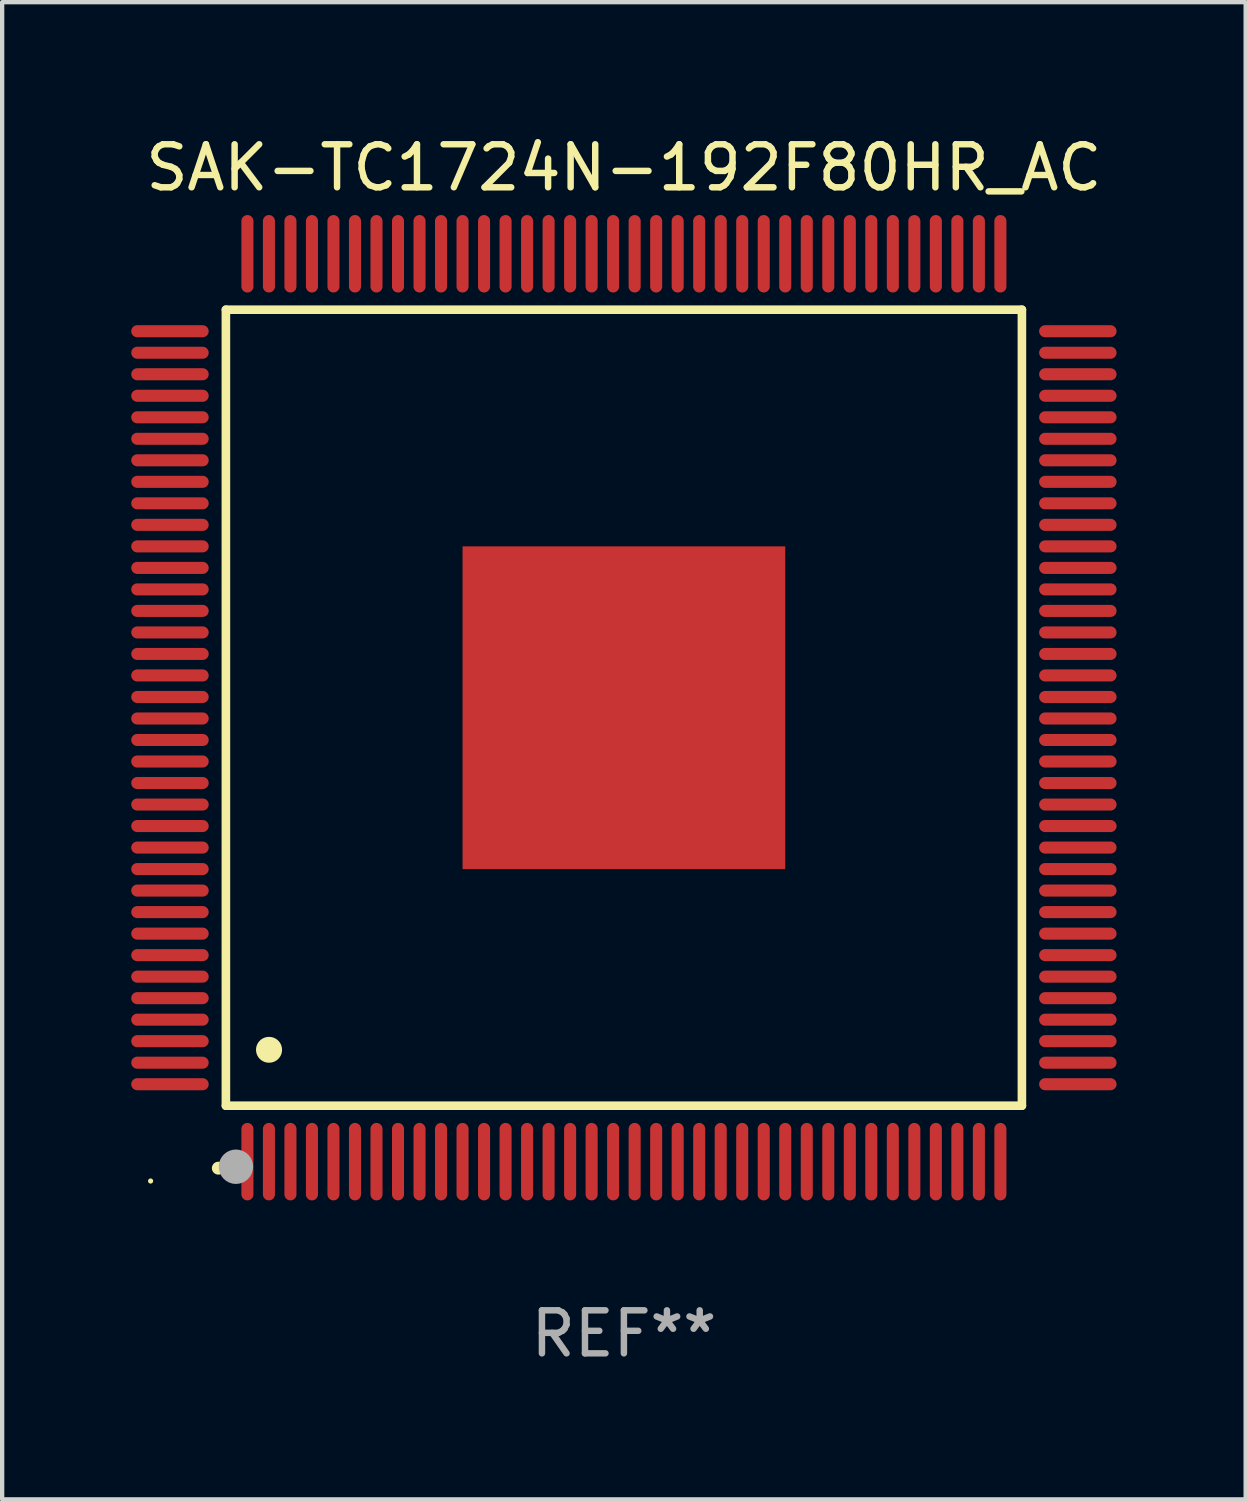
<source format=kicad_pcb>
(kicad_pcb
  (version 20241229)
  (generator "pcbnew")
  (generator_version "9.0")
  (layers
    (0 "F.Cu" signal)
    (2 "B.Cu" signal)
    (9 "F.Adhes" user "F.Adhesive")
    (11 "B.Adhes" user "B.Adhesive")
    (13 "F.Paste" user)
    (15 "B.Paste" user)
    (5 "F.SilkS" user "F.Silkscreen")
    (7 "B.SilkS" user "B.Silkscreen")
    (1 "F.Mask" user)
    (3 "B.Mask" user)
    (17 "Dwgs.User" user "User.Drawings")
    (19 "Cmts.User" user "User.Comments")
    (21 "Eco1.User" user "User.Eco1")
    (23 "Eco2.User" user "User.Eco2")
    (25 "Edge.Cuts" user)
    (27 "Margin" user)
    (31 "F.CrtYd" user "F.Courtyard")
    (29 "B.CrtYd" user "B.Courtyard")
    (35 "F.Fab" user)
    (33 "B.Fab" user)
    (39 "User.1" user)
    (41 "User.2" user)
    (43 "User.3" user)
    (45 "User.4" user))
  (footprint "SAK-TC1724N-192F80HR_AC"
    (layer "F.Cu")
    (at 11.45 13.398)
    (property "Reference" "SAK-TC1724N-192F80HR_AC" (at 0 -12.55 0) (layer "F.SilkS") (effects (font (size 1 1) (thickness 0.15))))
    (attr through_hole)
    (fp_line (start -9.25 -9.25) (end 9.25 -9.25) (stroke (width 0.2) (type solid)) (layer "F.SilkS"))
    (fp_line (start -9.25 9.25) (end -9.25 -9.25) (stroke (width 0.2) (type solid)) (layer "F.SilkS"))
    (fp_line (start 9.25 -9.25) (end 9.25 9.25) (stroke (width 0.2) (type solid)) (layer "F.SilkS"))
    (fp_line (start 9.25 9.25) (end -9.25 9.25) (stroke (width 0.2) (type solid)) (layer "F.SilkS"))
    (fp_arc (start -9.425959 10.701041) (mid -9.424689 10.701036) (end -9.423419 10.701041) (stroke (width 0.3) (type solid)) (layer "F.SilkS"))
    (fp_arc (start -8.249936 7.950216) (mid -8.247396 7.950205) (end -8.244856 7.950216) (stroke (width 0.6) (type solid)) (layer "F.SilkS"))
    (fp_circle (center -11 11) (end -10.97 11) (stroke (width 0.06) (type solid)) (fill no) (layer "F.SilkS"))
    (fp_circle (center -9.017 10.668) (end -8.817 10.668) (stroke (width 0.4) (type solid)) (fill no) (layer "F.Fab"))
    (fp_text user "REF**" (at 0 14.55 0) (layer "F.Fab") (effects (font (size 1 1) (thickness 0.15))))
    (pad "1" smd oval (at -8.75 10.55 180) (size 0.28 1.8) (layers "F.Cu" "F.Mask" "F.Paste"))
    (pad "2" smd oval (at -8.25 10.55 180) (size 0.28 1.8) (layers "F.Cu" "F.Mask" "F.Paste"))
    (pad "3" smd oval (at -7.75 10.55 180) (size 0.28 1.8) (layers "F.Cu" "F.Mask" "F.Paste"))
    (pad "4" smd oval (at -7.25 10.55 180) (size 0.28 1.8) (layers "F.Cu" "F.Mask" "F.Paste"))
    (pad "5" smd oval (at -6.75 10.55 180) (size 0.28 1.8) (layers "F.Cu" "F.Mask" "F.Paste"))
    (pad "6" smd oval (at -6.25 10.55 180) (size 0.28 1.8) (layers "F.Cu" "F.Mask" "F.Paste"))
    (pad "7" smd oval (at -5.75 10.55 180) (size 0.28 1.8) (layers "F.Cu" "F.Mask" "F.Paste"))
    (pad "8" smd oval (at -5.25 10.55 180) (size 0.28 1.8) (layers "F.Cu" "F.Mask" "F.Paste"))
    (pad "9" smd oval (at -4.75 10.55 180) (size 0.28 1.8) (layers "F.Cu" "F.Mask" "F.Paste"))
    (pad "10" smd oval (at -4.25 10.55 180) (size 0.28 1.8) (layers "F.Cu" "F.Mask" "F.Paste"))
    (pad "11" smd oval (at -3.75 10.55 180) (size 0.28 1.8) (layers "F.Cu" "F.Mask" "F.Paste"))
    (pad "12" smd oval (at -3.25 10.55 180) (size 0.28 1.8) (layers "F.Cu" "F.Mask" "F.Paste"))
    (pad "13" smd oval (at -2.75 10.55 180) (size 0.28 1.8) (layers "F.Cu" "F.Mask" "F.Paste"))
    (pad "14" smd oval (at -2.25 10.55 180) (size 0.28 1.8) (layers "F.Cu" "F.Mask" "F.Paste"))
    (pad "15" smd oval (at -1.75 10.55 180) (size 0.28 1.8) (layers "F.Cu" "F.Mask" "F.Paste"))
    (pad "16" smd oval (at -1.25 10.55 180) (size 0.28 1.8) (layers "F.Cu" "F.Mask" "F.Paste"))
    (pad "17" smd oval (at -0.75 10.55 180) (size 0.28 1.8) (layers "F.Cu" "F.Mask" "F.Paste"))
    (pad "18" smd oval (at -0.25 10.55 180) (size 0.28 1.8) (layers "F.Cu" "F.Mask" "F.Paste"))
    (pad "19" smd oval (at 0.25 10.55 180) (size 0.28 1.8) (layers "F.Cu" "F.Mask" "F.Paste"))
    (pad "20" smd oval (at 0.75 10.55 180) (size 0.28 1.8) (layers "F.Cu" "F.Mask" "F.Paste"))
    (pad "21" smd oval (at 1.25 10.55 180) (size 0.28 1.8) (layers "F.Cu" "F.Mask" "F.Paste"))
    (pad "22" smd oval (at 1.75 10.55 180) (size 0.28 1.8) (layers "F.Cu" "F.Mask" "F.Paste"))
    (pad "23" smd oval (at 2.25 10.55 180) (size 0.28 1.8) (layers "F.Cu" "F.Mask" "F.Paste"))
    (pad "24" smd oval (at 2.75 10.55 180) (size 0.28 1.8) (layers "F.Cu" "F.Mask" "F.Paste"))
    (pad "25" smd oval (at 3.25 10.55 180) (size 0.28 1.8) (layers "F.Cu" "F.Mask" "F.Paste"))
    (pad "26" smd oval (at 3.75 10.55 180) (size 0.28 1.8) (layers "F.Cu" "F.Mask" "F.Paste"))
    (pad "27" smd oval (at 4.25 10.55 180) (size 0.28 1.8) (layers "F.Cu" "F.Mask" "F.Paste"))
    (pad "28" smd oval (at 4.75 10.55 180) (size 0.28 1.8) (layers "F.Cu" "F.Mask" "F.Paste"))
    (pad "29" smd oval (at 5.25 10.55 180) (size 0.28 1.8) (layers "F.Cu" "F.Mask" "F.Paste"))
    (pad "30" smd oval (at 5.75 10.55 180) (size 0.28 1.8) (layers "F.Cu" "F.Mask" "F.Paste"))
    (pad "31" smd oval (at 6.25 10.55 180) (size 0.28 1.8) (layers "F.Cu" "F.Mask" "F.Paste"))
    (pad "32" smd oval (at 6.75 10.55 180) (size 0.28 1.8) (layers "F.Cu" "F.Mask" "F.Paste"))
    (pad "33" smd oval (at 7.25 10.55 180) (size 0.28 1.8) (layers "F.Cu" "F.Mask" "F.Paste"))
    (pad "34" smd oval (at 7.75 10.55 180) (size 0.28 1.8) (layers "F.Cu" "F.Mask" "F.Paste"))
    (pad "35" smd oval (at 8.25 10.55 180) (size 0.28 1.8) (layers "F.Cu" "F.Mask" "F.Paste"))
    (pad "36" smd oval (at 8.75 10.55 180) (size 0.28 1.8) (layers "F.Cu" "F.Mask" "F.Paste"))
    (pad "37" smd oval (at 10.55 8.75 90) (size 0.28 1.8) (layers "F.Cu" "F.Mask" "F.Paste"))
    (pad "38" smd oval (at 10.55 8.25 90) (size 0.28 1.8) (layers "F.Cu" "F.Mask" "F.Paste"))
    (pad "39" smd oval (at 10.55 7.75 90) (size 0.28 1.8) (layers "F.Cu" "F.Mask" "F.Paste"))
    (pad "40" smd oval (at 10.55 7.25 90) (size 0.28 1.8) (layers "F.Cu" "F.Mask" "F.Paste"))
    (pad "41" smd oval (at 10.55 6.75 90) (size 0.28 1.8) (layers "F.Cu" "F.Mask" "F.Paste"))
    (pad "42" smd oval (at 10.55 6.25 90) (size 0.28 1.8) (layers "F.Cu" "F.Mask" "F.Paste"))
    (pad "43" smd oval (at 10.55 5.75 90) (size 0.28 1.8) (layers "F.Cu" "F.Mask" "F.Paste"))
    (pad "44" smd oval (at 10.55 5.25 90) (size 0.28 1.8) (layers "F.Cu" "F.Mask" "F.Paste"))
    (pad "45" smd oval (at 10.55 4.75 90) (size 0.28 1.8) (layers "F.Cu" "F.Mask" "F.Paste"))
    (pad "46" smd oval (at 10.55 4.25 90) (size 0.28 1.8) (layers "F.Cu" "F.Mask" "F.Paste"))
    (pad "47" smd oval (at 10.55 3.75 90) (size 0.28 1.8) (layers "F.Cu" "F.Mask" "F.Paste"))
    (pad "48" smd oval (at 10.55 3.25 90) (size 0.28 1.8) (layers "F.Cu" "F.Mask" "F.Paste"))
    (pad "49" smd oval (at 10.55 2.75 90) (size 0.28 1.8) (layers "F.Cu" "F.Mask" "F.Paste"))
    (pad "50" smd oval (at 10.55 2.25 90) (size 0.28 1.8) (layers "F.Cu" "F.Mask" "F.Paste"))
    (pad "51" smd oval (at 10.55 1.75 90) (size 0.28 1.8) (layers "F.Cu" "F.Mask" "F.Paste"))
    (pad "52" smd oval (at 10.55 1.25 90) (size 0.28 1.8) (layers "F.Cu" "F.Mask" "F.Paste"))
    (pad "53" smd oval (at 10.55 0.75 90) (size 0.28 1.8) (layers "F.Cu" "F.Mask" "F.Paste"))
    (pad "54" smd oval (at 10.55 0.25 90) (size 0.28 1.8) (layers "F.Cu" "F.Mask" "F.Paste"))
    (pad "55" smd oval (at 10.55 -0.25 90) (size 0.28 1.8) (layers "F.Cu" "F.Mask" "F.Paste"))
    (pad "56" smd oval (at 10.55 -0.75 90) (size 0.28 1.8) (layers "F.Cu" "F.Mask" "F.Paste"))
    (pad "57" smd oval (at 10.55 -1.25 90) (size 0.28 1.8) (layers "F.Cu" "F.Mask" "F.Paste"))
    (pad "58" smd oval (at 10.55 -1.75 90) (size 0.28 1.8) (layers "F.Cu" "F.Mask" "F.Paste"))
    (pad "59" smd oval (at 10.55 -2.25 90) (size 0.28 1.8) (layers "F.Cu" "F.Mask" "F.Paste"))
    (pad "60" smd oval (at 10.55 -2.75 90) (size 0.28 1.8) (layers "F.Cu" "F.Mask" "F.Paste"))
    (pad "61" smd oval (at 10.55 -3.25 90) (size 0.28 1.8) (layers "F.Cu" "F.Mask" "F.Paste"))
    (pad "62" smd oval (at 10.55 -3.75 90) (size 0.28 1.8) (layers "F.Cu" "F.Mask" "F.Paste"))
    (pad "63" smd oval (at 10.55 -4.25 90) (size 0.28 1.8) (layers "F.Cu" "F.Mask" "F.Paste"))
    (pad "64" smd oval (at 10.55 -4.75 90) (size 0.28 1.8) (layers "F.Cu" "F.Mask" "F.Paste"))
    (pad "65" smd oval (at 10.55 -5.25 90) (size 0.28 1.8) (layers "F.Cu" "F.Mask" "F.Paste"))
    (pad "66" smd oval (at 10.55 -5.75 90) (size 0.28 1.8) (layers "F.Cu" "F.Mask" "F.Paste"))
    (pad "67" smd oval (at 10.55 -6.25 90) (size 0.28 1.8) (layers "F.Cu" "F.Mask" "F.Paste"))
    (pad "68" smd oval (at 10.55 -6.75 90) (size 0.28 1.8) (layers "F.Cu" "F.Mask" "F.Paste"))
    (pad "69" smd oval (at 10.55 -7.25 90) (size 0.28 1.8) (layers "F.Cu" "F.Mask" "F.Paste"))
    (pad "70" smd oval (at 10.55 -7.75 90) (size 0.28 1.8) (layers "F.Cu" "F.Mask" "F.Paste"))
    (pad "71" smd oval (at 10.55 -8.25 90) (size 0.28 1.8) (layers "F.Cu" "F.Mask" "F.Paste"))
    (pad "72" smd oval (at 10.55 -8.75 90) (size 0.28 1.8) (layers "F.Cu" "F.Mask" "F.Paste"))
    (pad "73" smd oval (at 8.75 -10.55 180) (size 0.28 1.8) (layers "F.Cu" "F.Mask" "F.Paste"))
    (pad "74" smd oval (at 8.25 -10.55 180) (size 0.28 1.8) (layers "F.Cu" "F.Mask" "F.Paste"))
    (pad "75" smd oval (at 7.75 -10.55 180) (size 0.28 1.8) (layers "F.Cu" "F.Mask" "F.Paste"))
    (pad "76" smd oval (at 7.25 -10.55 180) (size 0.28 1.8) (layers "F.Cu" "F.Mask" "F.Paste"))
    (pad "77" smd oval (at 6.75 -10.55 180) (size 0.28 1.8) (layers "F.Cu" "F.Mask" "F.Paste"))
    (pad "78" smd oval (at 6.25 -10.55 180) (size 0.28 1.8) (layers "F.Cu" "F.Mask" "F.Paste"))
    (pad "79" smd oval (at 5.75 -10.55 180) (size 0.28 1.8) (layers "F.Cu" "F.Mask" "F.Paste"))
    (pad "80" smd oval (at 5.25 -10.55 180) (size 0.28 1.8) (layers "F.Cu" "F.Mask" "F.Paste"))
    (pad "81" smd oval (at 4.75 -10.55 180) (size 0.28 1.8) (layers "F.Cu" "F.Mask" "F.Paste"))
    (pad "82" smd oval (at 4.25 -10.55 180) (size 0.28 1.8) (layers "F.Cu" "F.Mask" "F.Paste"))
    (pad "83" smd oval (at 3.75 -10.55 180) (size 0.28 1.8) (layers "F.Cu" "F.Mask" "F.Paste"))
    (pad "84" smd oval (at 3.25 -10.55 180) (size 0.28 1.8) (layers "F.Cu" "F.Mask" "F.Paste"))
    (pad "85" smd oval (at 2.75 -10.55 180) (size 0.28 1.8) (layers "F.Cu" "F.Mask" "F.Paste"))
    (pad "86" smd oval (at 2.25 -10.55 180) (size 0.28 1.8) (layers "F.Cu" "F.Mask" "F.Paste"))
    (pad "87" smd oval (at 1.75 -10.55 180) (size 0.28 1.8) (layers "F.Cu" "F.Mask" "F.Paste"))
    (pad "88" smd oval (at 1.25 -10.55 180) (size 0.28 1.8) (layers "F.Cu" "F.Mask" "F.Paste"))
    (pad "89" smd oval (at 0.75 -10.55 180) (size 0.28 1.8) (layers "F.Cu" "F.Mask" "F.Paste"))
    (pad "90" smd oval (at 0.25 -10.55 180) (size 0.28 1.8) (layers "F.Cu" "F.Mask" "F.Paste"))
    (pad "91" smd oval (at -0.25 -10.55 180) (size 0.28 1.8) (layers "F.Cu" "F.Mask" "F.Paste"))
    (pad "92" smd oval (at -0.75 -10.55 180) (size 0.28 1.8) (layers "F.Cu" "F.Mask" "F.Paste"))
    (pad "93" smd oval (at -1.25 -10.55 180) (size 0.28 1.8) (layers "F.Cu" "F.Mask" "F.Paste"))
    (pad "94" smd oval (at -1.75 -10.55 180) (size 0.28 1.8) (layers "F.Cu" "F.Mask" "F.Paste"))
    (pad "95" smd oval (at -2.25 -10.55 180) (size 0.28 1.8) (layers "F.Cu" "F.Mask" "F.Paste"))
    (pad "96" smd oval (at -2.75 -10.55 180) (size 0.28 1.8) (layers "F.Cu" "F.Mask" "F.Paste"))
    (pad "97" smd oval (at -3.25 -10.55 180) (size 0.28 1.8) (layers "F.Cu" "F.Mask" "F.Paste"))
    (pad "98" smd oval (at -3.75 -10.55 180) (size 0.28 1.8) (layers "F.Cu" "F.Mask" "F.Paste"))
    (pad "99" smd oval (at -4.25 -10.55 180) (size 0.28 1.8) (layers "F.Cu" "F.Mask" "F.Paste"))
    (pad "100" smd oval (at -4.75 -10.55 180) (size 0.28 1.8) (layers "F.Cu" "F.Mask" "F.Paste"))
    (pad "101" smd oval (at -5.25 -10.55 180) (size 0.28 1.8) (layers "F.Cu" "F.Mask" "F.Paste"))
    (pad "102" smd oval (at -5.75 -10.55 180) (size 0.28 1.8) (layers "F.Cu" "F.Mask" "F.Paste"))
    (pad "103" smd oval (at -6.25 -10.55 180) (size 0.28 1.8) (layers "F.Cu" "F.Mask" "F.Paste"))
    (pad "104" smd oval (at -6.75 -10.55 180) (size 0.28 1.8) (layers "F.Cu" "F.Mask" "F.Paste"))
    (pad "105" smd oval (at -7.25 -10.55 180) (size 0.28 1.8) (layers "F.Cu" "F.Mask" "F.Paste"))
    (pad "106" smd oval (at -7.75 -10.55 180) (size 0.28 1.8) (layers "F.Cu" "F.Mask" "F.Paste"))
    (pad "107" smd oval (at -8.25 -10.55 180) (size 0.28 1.8) (layers "F.Cu" "F.Mask" "F.Paste"))
    (pad "108" smd oval (at -8.75 -10.55 180) (size 0.28 1.8) (layers "F.Cu" "F.Mask" "F.Paste"))
    (pad "109" smd oval (at -10.55 -8.75 90) (size 0.28 1.8) (layers "F.Cu" "F.Mask" "F.Paste"))
    (pad "110" smd oval (at -10.55 -8.25 90) (size 0.28 1.8) (layers "F.Cu" "F.Mask" "F.Paste"))
    (pad "111" smd oval (at -10.55 -7.75 90) (size 0.28 1.8) (layers "F.Cu" "F.Mask" "F.Paste"))
    (pad "112" smd oval (at -10.55 -7.25 90) (size 0.28 1.8) (layers "F.Cu" "F.Mask" "F.Paste"))
    (pad "113" smd oval (at -10.55 -6.75 90) (size 0.28 1.8) (layers "F.Cu" "F.Mask" "F.Paste"))
    (pad "114" smd oval (at -10.55 -6.25 90) (size 0.28 1.8) (layers "F.Cu" "F.Mask" "F.Paste"))
    (pad "115" smd oval (at -10.55 -5.75 90) (size 0.28 1.8) (layers "F.Cu" "F.Mask" "F.Paste"))
    (pad "116" smd oval (at -10.55 -5.25 90) (size 0.28 1.8) (layers "F.Cu" "F.Mask" "F.Paste"))
    (pad "117" smd oval (at -10.55 -4.75 90) (size 0.28 1.8) (layers "F.Cu" "F.Mask" "F.Paste"))
    (pad "118" smd oval (at -10.55 -4.25 90) (size 0.28 1.8) (layers "F.Cu" "F.Mask" "F.Paste"))
    (pad "119" smd oval (at -10.55 -3.75 90) (size 0.28 1.8) (layers "F.Cu" "F.Mask" "F.Paste"))
    (pad "120" smd oval (at -10.55 -3.25 90) (size 0.28 1.8) (layers "F.Cu" "F.Mask" "F.Paste"))
    (pad "121" smd oval (at -10.55 -2.75 90) (size 0.28 1.8) (layers "F.Cu" "F.Mask" "F.Paste"))
    (pad "122" smd oval (at -10.55 -2.25 90) (size 0.28 1.8) (layers "F.Cu" "F.Mask" "F.Paste"))
    (pad "123" smd oval (at -10.55 -1.75 90) (size 0.28 1.8) (layers "F.Cu" "F.Mask" "F.Paste"))
    (pad "124" smd oval (at -10.55 -1.25 90) (size 0.28 1.8) (layers "F.Cu" "F.Mask" "F.Paste"))
    (pad "125" smd oval (at -10.55 -0.75 90) (size 0.28 1.8) (layers "F.Cu" "F.Mask" "F.Paste"))
    (pad "126" smd oval (at -10.55 -0.25 90) (size 0.28 1.8) (layers "F.Cu" "F.Mask" "F.Paste"))
    (pad "127" smd oval (at -10.55 0.25 90) (size 0.28 1.8) (layers "F.Cu" "F.Mask" "F.Paste"))
    (pad "128" smd oval (at -10.55 0.75 90) (size 0.28 1.8) (layers "F.Cu" "F.Mask" "F.Paste"))
    (pad "129" smd oval (at -10.55 1.25 90) (size 0.28 1.8) (layers "F.Cu" "F.Mask" "F.Paste"))
    (pad "130" smd oval (at -10.55 1.75 90) (size 0.28 1.8) (layers "F.Cu" "F.Mask" "F.Paste"))
    (pad "131" smd oval (at -10.55 2.25 90) (size 0.28 1.8) (layers "F.Cu" "F.Mask" "F.Paste"))
    (pad "132" smd oval (at -10.55 2.75 90) (size 0.28 1.8) (layers "F.Cu" "F.Mask" "F.Paste"))
    (pad "133" smd oval (at -10.55 3.25 90) (size 0.28 1.8) (layers "F.Cu" "F.Mask" "F.Paste"))
    (pad "134" smd oval (at -10.55 3.75 90) (size 0.28 1.8) (layers "F.Cu" "F.Mask" "F.Paste"))
    (pad "135" smd oval (at -10.55 4.25 90) (size 0.28 1.8) (layers "F.Cu" "F.Mask" "F.Paste"))
    (pad "136" smd oval (at -10.55 4.75 90) (size 0.28 1.8) (layers "F.Cu" "F.Mask" "F.Paste"))
    (pad "137" smd oval (at -10.55 5.25 90) (size 0.28 1.8) (layers "F.Cu" "F.Mask" "F.Paste"))
    (pad "138" smd oval (at -10.55 5.75 90) (size 0.28 1.8) (layers "F.Cu" "F.Mask" "F.Paste"))
    (pad "139" smd oval (at -10.55 6.25 90) (size 0.28 1.8) (layers "F.Cu" "F.Mask" "F.Paste"))
    (pad "140" smd oval (at -10.55 6.75 90) (size 0.28 1.8) (layers "F.Cu" "F.Mask" "F.Paste"))
    (pad "141" smd oval (at -10.55 7.25 90) (size 0.28 1.8) (layers "F.Cu" "F.Mask" "F.Paste"))
    (pad "142" smd oval (at -10.55 7.75 90) (size 0.28 1.8) (layers "F.Cu" "F.Mask" "F.Paste"))
    (pad "143" smd oval (at -10.55 8.25 90) (size 0.28 1.8) (layers "F.Cu" "F.Mask" "F.Paste"))
    (pad "144" smd oval (at -10.55 8.75 90) (size 0.28 1.8) (layers "F.Cu" "F.Mask" "F.Paste"))
    (pad "145" smd rect (at 0 0 90) (size 7.5 7.5) (layers "F.Cu" "F.Mask" "F.Paste")))
  (gr_rect
    (start -3 -3)
    (end 25.9 31.796)
    (stroke (width 0.1) (type default))
    (fill no)
    (layer "Edge.Cuts")))
</source>
